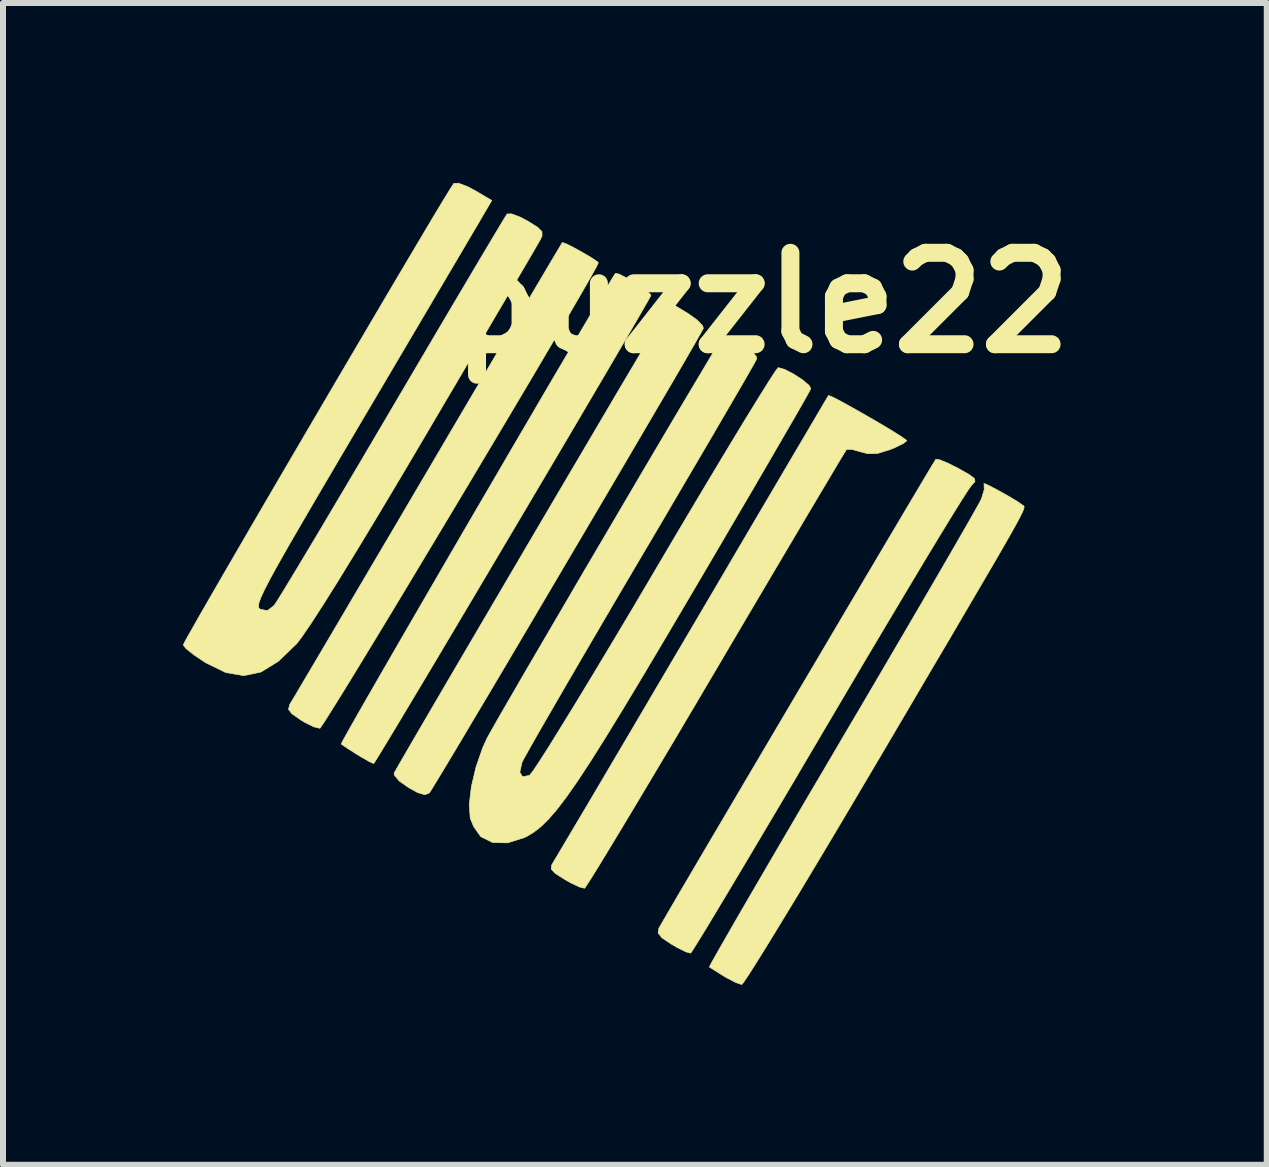
<source format=kicad_pcb>
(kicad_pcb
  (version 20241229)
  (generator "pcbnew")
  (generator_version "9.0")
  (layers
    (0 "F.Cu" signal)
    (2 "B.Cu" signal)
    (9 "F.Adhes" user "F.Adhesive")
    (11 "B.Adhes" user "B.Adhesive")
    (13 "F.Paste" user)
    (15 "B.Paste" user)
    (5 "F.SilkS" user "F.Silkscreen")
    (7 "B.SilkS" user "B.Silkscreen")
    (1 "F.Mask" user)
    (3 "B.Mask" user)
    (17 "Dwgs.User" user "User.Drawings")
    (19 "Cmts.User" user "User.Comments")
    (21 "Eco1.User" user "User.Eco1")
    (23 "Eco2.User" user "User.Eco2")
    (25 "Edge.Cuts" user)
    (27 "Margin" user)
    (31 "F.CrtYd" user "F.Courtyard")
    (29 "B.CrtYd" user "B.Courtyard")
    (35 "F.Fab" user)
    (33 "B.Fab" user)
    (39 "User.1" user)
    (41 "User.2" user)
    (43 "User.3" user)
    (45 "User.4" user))
  (footprint "puzzle22"
    (layer "F.Cu")
    (at 9.657 2)
    (property "Reference" "puzzle22" (at 0 0 0) (layer "F.SilkS") (effects (font (size 1.524 1.524) (thickness 0.3))))
    (attr through_hole)
    (fp_poly (pts (xy -1.237 0.176) (xy -1.082 0.286) (xy -0.991 0.382) (xy -0.98 0.424) (xy -1.019 0.496) (xy -1.115 0.666) (xy -1.264 0.924) (xy -1.458 1.258) (xy -1.692 1.657) (xy -1.958 2.111) (xy -2.25 2.609) (xy -2.562 3.14) (xy -2.888 3.693) (xy -3.221 4.258) (xy -3.555 4.824) (xy -3.883 5.38) (xy -4.199 5.915) (xy -4.497 6.418) (xy -4.771 6.878) (xy -5.013 7.286) (xy -5.218 7.629) (xy -5.38 7.897) (xy -5.491 8.08) (xy -5.545 8.166) (xy -5.549 8.171) (xy -5.623 8.201) (xy -5.746 8.164) (xy -5.893 8.083) (xy -6.05 7.972) (xy -6.132 7.875) (xy -6.136 7.84) (xy -6.1 7.776) (xy -6.006 7.613) (xy -5.861 7.362) (xy -5.67 7.035) (xy -5.44 6.641) (xy -5.177 6.192) (xy -4.888 5.699) (xy -4.578 5.171) (xy -4.255 4.621) (xy -3.925 4.058) (xy -3.593 3.494) (xy -3.267 2.94) (xy -2.952 2.406) (xy -2.656 1.903) (xy -2.384 1.441) (xy -2.142 1.033) (xy -1.938 0.688) (xy -1.777 0.417) (xy -1.666 0.231) (xy -1.613 0.145) (xy -1.523 0.004) (xy -1.237 0.176)) (stroke (width 0.01) (type solid)) (fill yes) (layer "F.SilkS"))
    (fp_poly (pts (xy -3.273 -0.988) (xy -3.147 -0.925) (xy -2.991 -0.839) (xy -2.845 -0.753) (xy -2.748 -0.688) (xy -2.731 -0.669) (xy -2.762 -0.602) (xy -2.853 -0.438) (xy -2.997 -0.187) (xy -3.187 0.14) (xy -3.417 0.533) (xy -3.681 0.981) (xy -3.972 1.473) (xy -4.285 1.999) (xy -4.612 2.548) (xy -4.947 3.11) (xy -5.285 3.674) (xy -5.618 4.228) (xy -5.94 4.764) (xy -6.245 5.27) (xy -6.527 5.735) (xy -6.779 6.149) (xy -6.995 6.501) (xy -7.169 6.78) (xy -7.293 6.977) (xy -7.363 7.08) (xy -7.374 7.093) (xy -7.477 7.068) (xy -7.633 6.99) (xy -7.7 6.949) (xy -7.844 6.847) (xy -7.897 6.775) (xy -7.876 6.696) (xy -7.849 6.65) (xy -7.802 6.573) (xy -7.697 6.395) (xy -7.538 6.126) (xy -7.331 5.776) (xy -7.082 5.354) (xy -6.796 4.868) (xy -6.478 4.329) (xy -6.134 3.746) (xy -5.771 3.128) (xy -5.555 2.762) (xy -5.185 2.132) (xy -4.833 1.535) (xy -4.505 0.979) (xy -4.207 0.473) (xy -3.944 0.027) (xy -3.721 -0.35) (xy -3.543 -0.651) (xy -3.416 -0.865) (xy -3.345 -0.984) (xy -3.332 -1.006) (xy -3.273 -0.988)) (stroke (width 0.01) (type solid)) (fill yes) (layer "F.SilkS"))
    (fp_poly (pts (xy -2.384 -0.48) (xy -2.259 -0.416) (xy -2.106 -0.325) (xy -1.964 -0.229) (xy -1.871 -0.153) (xy -1.854 -0.124) (xy -1.892 -0.054) (xy -1.988 0.114) (xy -2.135 0.368) (xy -2.328 0.698) (xy -2.559 1.093) (xy -2.824 1.543) (xy -3.115 2.038) (xy -3.426 2.565) (xy -3.752 3.116) (xy -4.085 3.679) (xy -4.42 4.244) (xy -4.75 4.801) (xy -5.069 5.338) (xy -5.37 5.845) (xy -5.648 6.311) (xy -5.897 6.727) (xy -6.109 7.081) (xy -6.279 7.362) (xy -6.4 7.561) (xy -6.466 7.667) (xy -6.477 7.681) (xy -6.546 7.65) (xy -6.681 7.573) (xy -6.747 7.533) (xy -6.9 7.436) (xy -7.001 7.368) (xy -7.018 7.354) (xy -6.99 7.298) (xy -6.904 7.143) (xy -6.766 6.899) (xy -6.582 6.578) (xy -6.359 6.19) (xy -6.102 5.745) (xy -5.818 5.255) (xy -5.513 4.729) (xy -5.193 4.178) (xy -4.865 3.614) (xy -4.533 3.046) (xy -4.206 2.485) (xy -3.888 1.942) (xy -3.587 1.427) (xy -3.307 0.951) (xy -3.056 0.525) (xy -2.84 0.159) (xy -2.664 -0.136) (xy -2.535 -0.35) (xy -2.46 -0.472) (xy -2.445 -0.493) (xy -2.384 -0.48)) (stroke (width 0.01) (type solid)) (fill yes) (layer "F.SilkS"))
    (fp_poly (pts (xy 2.965 2.617) (xy 3.109 2.678) (xy 3.268 2.758) (xy 3.452 2.862) (xy 3.54 2.928) (xy 3.549 2.98) (xy 3.495 3.038) (xy 3.491 3.043) (xy 3.44 3.113) (xy 3.33 3.284) (xy 3.167 3.546) (xy 2.956 3.891) (xy 2.703 4.309) (xy 2.414 4.792) (xy 2.093 5.33) (xy 1.746 5.913) (xy 1.379 6.534) (xy 1.113 6.985) (xy 0.737 7.623) (xy 0.38 8.229) (xy 0.045 8.793) (xy -0.26 9.307) (xy -0.531 9.761) (xy -0.763 10.148) (xy -0.95 10.458) (xy -1.088 10.682) (xy -1.17 10.812) (xy -1.192 10.842) (xy -1.269 10.821) (xy -1.413 10.75) (xy -1.508 10.695) (xy -1.669 10.588) (xy -1.734 10.507) (xy -1.722 10.428) (xy -1.72 10.424) (xy -1.671 10.339) (xy -1.566 10.158) (xy -1.411 9.892) (xy -1.211 9.552) (xy -0.973 9.147) (xy -0.703 8.689) (xy -0.408 8.188) (xy -0.093 7.654) (xy 0.234 7.1) (xy 0.568 6.534) (xy 0.903 5.968) (xy 1.231 5.412) (xy 1.547 4.877) (xy 1.845 4.374) (xy 2.118 3.913) (xy 2.36 3.505) (xy 2.565 3.16) (xy 2.726 2.889) (xy 2.837 2.704) (xy 2.893 2.613) (xy 2.897 2.606) (xy 2.965 2.617)) (stroke (width 0.01) (type solid)) (fill yes) (layer "F.SilkS"))
    (fp_poly (pts (xy 3.721 3.017) (xy 3.822 3.066) (xy 3.967 3.144) (xy 4.123 3.232) (xy 4.258 3.313) (xy 4.339 3.369) (xy 4.34 3.369) (xy 4.353 3.378) (xy 4.364 3.387) (xy 4.369 3.403) (xy 4.363 3.433) (xy 4.342 3.485) (xy 4.302 3.567) (xy 4.239 3.685) (xy 4.149 3.846) (xy 4.027 4.06) (xy 3.87 4.331) (xy 3.672 4.669) (xy 3.431 5.08) (xy 3.143 5.572) (xy 2.801 6.151) (xy 2.404 6.827) (xy 1.983 7.541) (xy 1.607 8.177) (xy 1.249 8.781) (xy 0.914 9.342) (xy 0.607 9.853) (xy 0.333 10.304) (xy 0.099 10.687) (xy -0.091 10.993) (xy -0.231 11.213) (xy -0.317 11.339) (xy -0.341 11.365) (xy -0.437 11.333) (xy -0.587 11.255) (xy -0.635 11.227) (xy -0.779 11.137) (xy -0.869 11.08) (xy -0.88 11.073) (xy -0.852 11.017) (xy -0.765 10.861) (xy -0.623 10.613) (xy -0.433 10.282) (xy -0.198 9.877) (xy 0.076 9.407) (xy 0.384 8.88) (xy 0.72 8.306) (xy 1.081 7.694) (xy 1.336 7.259) (xy 1.713 6.62) (xy 2.072 6.008) (xy 2.408 5.434) (xy 2.716 4.907) (xy 2.99 4.436) (xy 3.224 4.032) (xy 3.414 3.702) (xy 3.553 3.457) (xy 3.637 3.306) (xy 3.658 3.263) (xy 3.703 3.115) (xy 3.7 3.02) (xy 3.696 3.015) (xy 3.721 3.017)) (stroke (width 0.01) (type solid)) (fill yes) (layer "F.SilkS"))
    (fp_poly (pts (xy 1.163 1.564) (xy 1.302 1.635) (xy 1.497 1.743) (xy 1.723 1.871) (xy 1.953 2.004) (xy 2.16 2.128) (xy 2.319 2.228) (xy 2.404 2.288) (xy 2.412 2.297) (xy 2.359 2.342) (xy 2.223 2.409) (xy 2.131 2.447) (xy 1.923 2.511) (xy 1.763 2.515) (xy 1.644 2.484) (xy 1.498 2.444) (xy 1.411 2.442) (xy 1.407 2.445) (xy 1.37 2.504) (xy 1.274 2.663) (xy 1.125 2.914) (xy 0.927 3.246) (xy 0.686 3.652) (xy 0.408 4.122) (xy 0.098 4.646) (xy -0.239 5.216) (xy -0.597 5.823) (xy -0.766 6.11) (xy -1.132 6.73) (xy -1.48 7.318) (xy -1.805 7.863) (xy -2.1 8.358) (xy -2.361 8.792) (xy -2.582 9.157) (xy -2.757 9.444) (xy -2.882 9.644) (xy -2.95 9.747) (xy -2.961 9.76) (xy -3.043 9.74) (xy -3.191 9.67) (xy -3.29 9.614) (xy -3.449 9.513) (xy -3.516 9.442) (xy -3.509 9.372) (xy -3.474 9.313) (xy -3.428 9.236) (xy -3.323 9.059) (xy -3.164 8.791) (xy -2.957 8.442) (xy -2.707 8.019) (xy -2.421 7.533) (xy -2.102 6.993) (xy -1.758 6.408) (xy -1.392 5.787) (xy -1.144 5.366) (xy -0.77 4.731) (xy -0.416 4.128) (xy -0.086 3.567) (xy 0.215 3.057) (xy 0.48 2.606) (xy 0.706 2.223) (xy 0.886 1.917) (xy 1.016 1.696) (xy 1.09 1.571) (xy 1.106 1.544) (xy 1.163 1.564)) (stroke (width 0.01) (type solid)) (fill yes) (layer "F.SilkS"))
    (fp_poly (pts (xy -4.91 -1.938) (xy -4.798 -1.879) (xy -4.507 -1.708) (xy -4.682 -1.41) (xy -4.746 -1.3) (xy -4.869 -1.092) (xy -5.043 -0.796) (xy -5.263 -0.424) (xy -5.52 0.012) (xy -5.81 0.503) (xy -6.125 1.037) (xy -6.459 1.603) (xy -6.675 1.968) (xy -7.064 2.628) (xy -7.393 3.188) (xy -7.666 3.655) (xy -7.888 4.038) (xy -8.063 4.346) (xy -8.196 4.587) (xy -8.291 4.771) (xy -8.354 4.904) (xy -8.388 4.996) (xy -8.398 5.055) (xy -8.389 5.09) (xy -8.366 5.109) (xy -8.25 5.131) (xy -8.145 5.053) (xy -8.129 5.033) (xy -8.077 4.954) (xy -7.967 4.776) (xy -7.805 4.509) (xy -7.597 4.163) (xy -7.349 3.748) (xy -7.068 3.274) (xy -6.759 2.753) (xy -6.429 2.193) (xy -6.159 1.734) (xy -5.818 1.155) (xy -5.496 0.608) (xy -5.198 0.103) (xy -4.93 -0.349) (xy -4.699 -0.739) (xy -4.509 -1.058) (xy -4.368 -1.294) (xy -4.28 -1.439) (xy -4.252 -1.483) (xy -4.175 -1.484) (xy -4.029 -1.428) (xy -3.912 -1.366) (xy -3.746 -1.263) (xy -3.671 -1.189) (xy -3.669 -1.117) (xy -3.7 -1.052) (xy -3.746 -0.972) (xy -3.85 -0.792) (xy -4.007 -0.524) (xy -4.21 -0.177) (xy -4.454 0.237) (xy -4.731 0.71) (xy -5.037 1.231) (xy -5.366 1.789) (xy -5.62 2.221) (xy -6.033 2.92) (xy -6.414 3.558) (xy -6.758 4.127) (xy -7.06 4.62) (xy -7.317 5.03) (xy -7.524 5.35) (xy -7.677 5.573) (xy -7.762 5.684) (xy -8.069 5.979) (xy -8.356 6.155) (xy -8.642 6.215) (xy -8.942 6.164) (xy -9.272 6.003) (xy -9.287 5.994) (xy -9.471 5.871) (xy -9.602 5.767) (xy -9.652 5.704) (xy -9.621 5.641) (xy -9.531 5.481) (xy -9.39 5.232) (xy -9.202 4.906) (xy -8.976 4.515) (xy -8.716 4.067) (xy -8.43 3.575) (xy -8.123 3.049) (xy -7.802 2.5) (xy -7.473 1.939) (xy -7.143 1.376) (xy -6.817 0.822) (xy -6.503 0.288) (xy -6.206 -0.215) (xy -5.933 -0.677) (xy -5.69 -1.086) (xy -5.484 -1.433) (xy -5.32 -1.705) (xy -5.205 -1.893) (xy -5.145 -1.986) (xy -5.14 -1.993) (xy -5.06 -1.995) (xy -4.91 -1.938)) (stroke (width 0.01) (type solid)) (fill yes) (layer "F.SilkS"))
    (fp_poly (pts (xy -0.59 0.584) (xy -0.449 0.642) (xy -0.343 0.695) (xy -0.16 0.81) (xy -0.091 0.904) (xy -0.095 0.943) (xy -0.133 1.013) (xy -0.23 1.184) (xy -0.38 1.444) (xy -0.578 1.783) (xy -0.816 2.192) (xy -1.091 2.661) (xy -1.396 3.18) (xy -1.724 3.74) (xy -2.039 4.273) (xy -2.386 4.862) (xy -2.714 5.422) (xy -3.018 5.942) (xy -3.292 6.413) (xy -3.53 6.824) (xy -3.727 7.165) (xy -3.875 7.426) (xy -3.971 7.596) (xy -4.005 7.665) (xy -4.04 7.825) (xy -3.996 7.901) (xy -3.882 7.879) (xy -3.877 7.876) (xy -3.824 7.811) (xy -3.714 7.646) (xy -3.551 7.391) (xy -3.343 7.055) (xy -3.093 6.648) (xy -2.809 6.179) (xy -2.496 5.658) (xy -2.16 5.095) (xy -1.808 4.499) (xy -1.777 4.446) (xy -1.425 3.85) (xy -1.091 3.288) (xy -0.78 2.768) (xy -0.499 2.301) (xy -0.253 1.896) (xy -0.047 1.562) (xy 0.112 1.308) (xy 0.218 1.144) (xy 0.267 1.08) (xy 0.269 1.079) (xy 0.379 1.111) (xy 0.528 1.188) (xy 0.676 1.285) (xy 0.783 1.376) (xy 0.812 1.43) (xy 0.777 1.497) (xy 0.684 1.662) (xy 0.537 1.918) (xy 0.342 2.254) (xy 0.106 2.661) (xy -0.166 3.128) (xy -0.47 3.646) (xy -0.798 4.206) (xy -1.143 4.793) (xy -1.591 5.552) (xy -1.981 6.209) (xy -2.319 6.771) (xy -2.611 7.247) (xy -2.861 7.644) (xy -3.076 7.971) (xy -3.26 8.235) (xy -3.419 8.444) (xy -3.559 8.606) (xy -3.684 8.729) (xy -3.801 8.821) (xy -3.915 8.891) (xy -3.963 8.915) (xy -4.243 9.003) (xy -4.494 8.998) (xy -4.688 8.901) (xy -4.697 8.892) (xy -4.81 8.731) (xy -4.867 8.592) (xy -4.883 8.365) (xy -4.848 8.067) (xy -4.77 7.737) (xy -4.658 7.415) (xy -4.587 7.26) (xy -4.528 7.153) (xy -4.414 6.952) (xy -4.252 6.671) (xy -4.048 6.319) (xy -3.81 5.91) (xy -3.543 5.454) (xy -3.256 4.963) (xy -2.955 4.448) (xy -2.646 3.923) (xy -2.337 3.397) (xy -2.035 2.883) (xy -1.745 2.392) (xy -1.476 1.936) (xy -1.233 1.527) (xy -1.024 1.176) (xy -0.856 0.894) (xy -0.735 0.695) (xy -0.669 0.588) (xy -0.659 0.574) (xy -0.59 0.584)) (stroke (width 0.01) (type solid)) (fill yes) (layer "F.SilkS")))
  (gr_rect
    (start -3 -3)
    (end 18.071 16.371)
    (stroke (width 0.1) (type default))
    (fill no)
    (layer "Edge.Cuts")))
</source>
